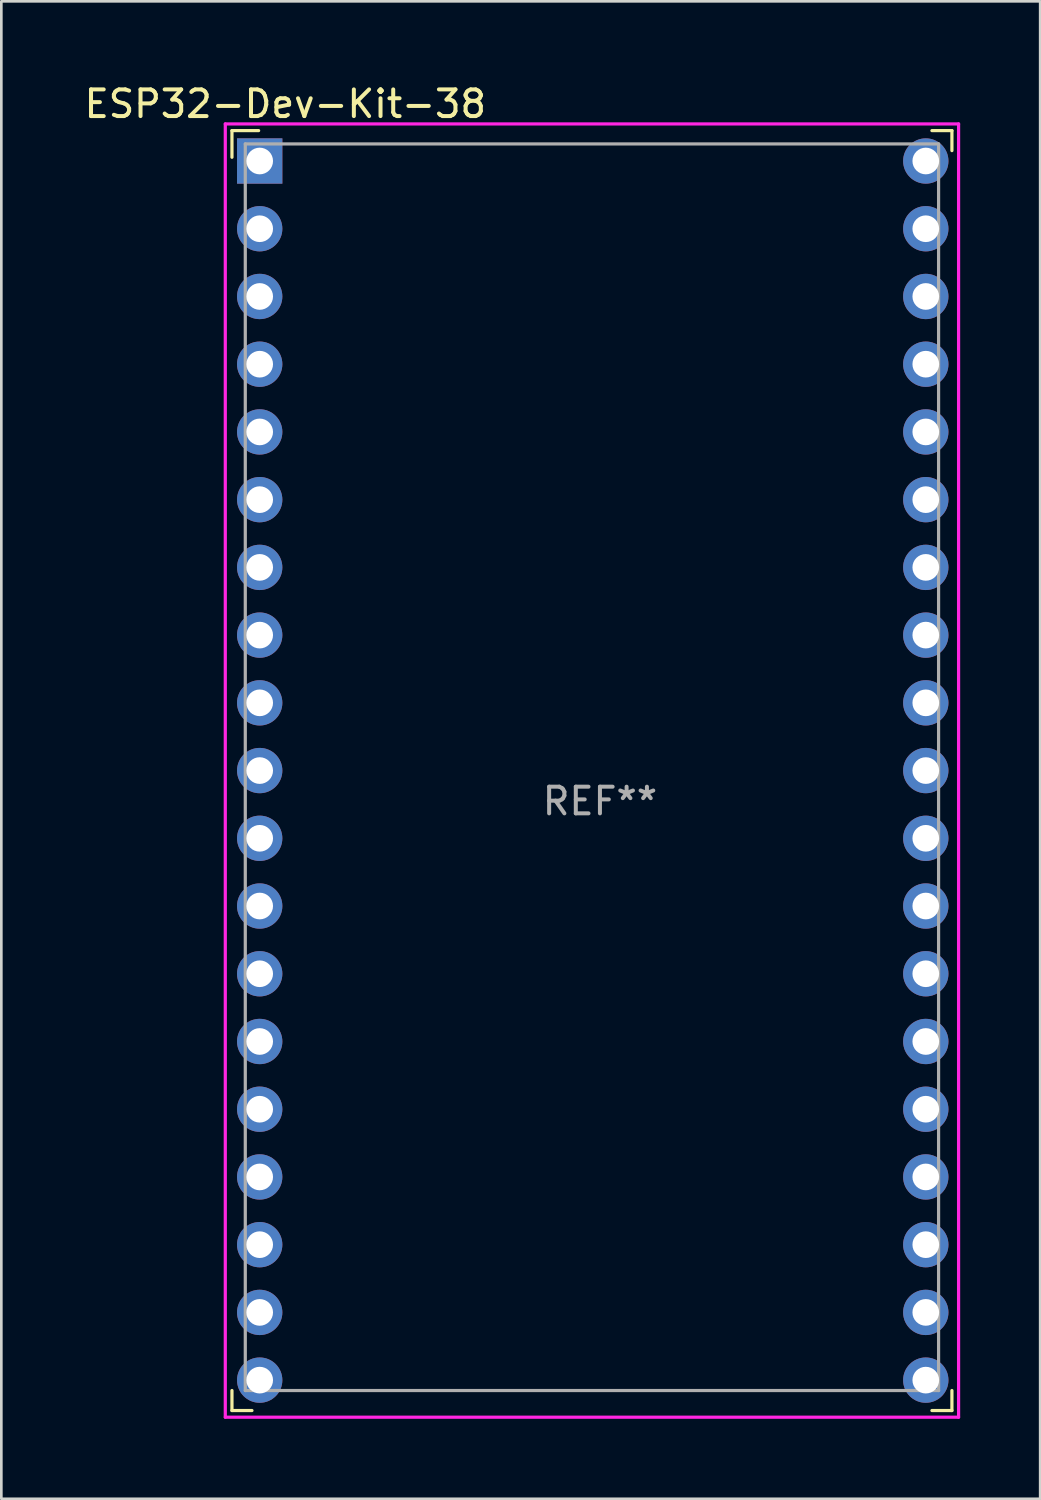
<source format=kicad_pcb>
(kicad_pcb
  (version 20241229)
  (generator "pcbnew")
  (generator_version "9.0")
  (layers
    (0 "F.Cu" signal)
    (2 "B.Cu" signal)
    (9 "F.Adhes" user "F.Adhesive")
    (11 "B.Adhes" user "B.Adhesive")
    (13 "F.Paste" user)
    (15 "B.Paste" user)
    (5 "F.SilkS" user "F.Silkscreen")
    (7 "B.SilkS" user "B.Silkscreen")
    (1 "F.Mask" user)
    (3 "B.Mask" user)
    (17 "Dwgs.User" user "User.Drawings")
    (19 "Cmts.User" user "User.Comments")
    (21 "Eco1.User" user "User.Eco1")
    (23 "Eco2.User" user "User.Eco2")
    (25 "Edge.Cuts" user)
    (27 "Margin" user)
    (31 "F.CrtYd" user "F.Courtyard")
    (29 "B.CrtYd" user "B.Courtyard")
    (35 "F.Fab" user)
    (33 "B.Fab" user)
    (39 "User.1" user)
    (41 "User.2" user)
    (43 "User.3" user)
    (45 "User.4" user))
  (footprint "ESP32-Dev-Kit-38"
    (layer "F.Cu")
    (at 19.149 25.848)
    (property "Reference" "ESP32-Dev-Kit-38" (at -11.5 -25 0) (layer "F.SilkS") (effects (font (size 1 1) (thickness 0.15))))
    (attr through_hole)
    (fp_line (start -13.5 -24) (end -12.5 -24) (stroke (width 0.12) (type solid)) (layer "F.SilkS"))
    (fp_line (start -13.5 -23) (end -13.5 -24) (stroke (width 0.12) (type solid)) (layer "F.SilkS"))
    (fp_line (start -13.5 23.25) (end -13.5 24) (stroke (width 0.12) (type solid)) (layer "F.SilkS"))
    (fp_line (start -13.5 24) (end -12.75 24) (stroke (width 0.12) (type solid)) (layer "F.SilkS"))
    (fp_line (start 12.75 -24) (end 13.5 -24) (stroke (width 0.12) (type solid)) (layer "F.SilkS"))
    (fp_line (start 12.75 24) (end 13.5 24) (stroke (width 0.12) (type solid)) (layer "F.SilkS"))
    (fp_line (start 13.5 -24) (end 13.5 -23.25) (stroke (width 0.12) (type solid)) (layer "F.SilkS"))
    (fp_line (start 13.5 24) (end 13.5 23.25) (stroke (width 0.12) (type solid)) (layer "F.SilkS"))
    (fp_line (start -13.75 -24.25) (end -13.75 24.25) (stroke (width 0.12) (type solid)) (layer "F.CrtYd"))
    (fp_line (start 13.75 -24.25) (end -13.75 -24.25) (stroke (width 0.12) (type solid)) (layer "F.CrtYd"))
    (fp_line (start 13.75 24.25) (end -13.75 24.25) (stroke (width 0.12) (type solid)) (layer "F.CrtYd"))
    (fp_line (start 13.75 24.25) (end 13.75 -24.25) (stroke (width 0.12) (type solid)) (layer "F.CrtYd"))
    (fp_line (start -13 -23.5) (end -13 23.25) (stroke (width 0.12) (type solid)) (layer "F.Fab"))
    (fp_line (start -13 23.25) (end 13 23.25) (stroke (width 0.12) (type solid)) (layer "F.Fab"))
    (fp_line (start 13 -23.5) (end -13 -23.5) (stroke (width 0.12) (type solid)) (layer "F.Fab"))
    (fp_line (start 13 23.25) (end 13 -23.5) (stroke (width 0.12) (type solid)) (layer "F.Fab"))
    (fp_text user "REF**" (at 0.3 1.15 0) (layer "F.Fab") (effects (font (size 1 1) (thickness 0.15))))
    (pad "1" thru_hole rect (at -12.46 -22.86) (size 1.7 1.7) (drill 1) (layers "*.Cu" "*.Mask"))
    (pad "2" thru_hole oval (at -12.46 -20.32) (size 1.7 1.7) (drill 1) (layers "*.Cu" "*.Mask"))
    (pad "3" thru_hole oval (at -12.46 -17.78) (size 1.7 1.7) (drill 1) (layers "*.Cu" "*.Mask"))
    (pad "4" thru_hole oval (at -12.46 -15.24) (size 1.7 1.7) (drill 1) (layers "*.Cu" "*.Mask"))
    (pad "5" thru_hole oval (at -12.46 -12.7) (size 1.7 1.7) (drill 1) (layers "*.Cu" "*.Mask"))
    (pad "6" thru_hole oval (at -12.46 -10.16) (size 1.7 1.7) (drill 1) (layers "*.Cu" "*.Mask"))
    (pad "7" thru_hole oval (at -12.46 -7.62) (size 1.7 1.7) (drill 1) (layers "*.Cu" "*.Mask"))
    (pad "8" thru_hole oval (at -12.46 -5.08) (size 1.7 1.7) (drill 1) (layers "*.Cu" "*.Mask"))
    (pad "9" thru_hole oval (at -12.46 -2.54) (size 1.7 1.7) (drill 1) (layers "*.Cu" "*.Mask"))
    (pad "10" thru_hole oval (at -12.46 0) (size 1.7 1.7) (drill 1) (layers "*.Cu" "*.Mask"))
    (pad "11" thru_hole oval (at -12.46 2.54) (size 1.7 1.7) (drill 1) (layers "*.Cu" "*.Mask"))
    (pad "12" thru_hole oval (at -12.46 5.08) (size 1.7 1.7) (drill 1) (layers "*.Cu" "*.Mask"))
    (pad "13" thru_hole oval (at -12.46 7.62) (size 1.7 1.7) (drill 1) (layers "*.Cu" "*.Mask"))
    (pad "14" thru_hole oval (at -12.46 10.16) (size 1.7 1.7) (drill 1) (layers "*.Cu" "*.Mask"))
    (pad "15" thru_hole oval (at -12.46 12.7) (size 1.7 1.7) (drill 1) (layers "*.Cu" "*.Mask"))
    (pad "16" thru_hole oval (at -12.46 15.24) (size 1.7 1.7) (drill 1) (layers "*.Cu" "*.Mask"))
    (pad "17" thru_hole oval (at -12.46 17.78) (size 1.7 1.7) (drill 1) (layers "*.Cu" "*.Mask"))
    (pad "18" thru_hole oval (at -12.46 20.32) (size 1.7 1.7) (drill 1) (layers "*.Cu" "*.Mask"))
    (pad "19" thru_hole oval (at -12.46 22.86) (size 1.7 1.7) (drill 1) (layers "*.Cu" "*.Mask"))
    (pad "20" thru_hole circle (at 12.52 -22.86) (size 1.7 1.7) (drill 1) (layers "*.Cu" "*.Mask"))
    (pad "21" thru_hole oval (at 12.52 -20.32) (size 1.7 1.7) (drill 1) (layers "*.Cu" "*.Mask"))
    (pad "22" thru_hole oval (at 12.52 -17.78) (size 1.7 1.7) (drill 1) (layers "*.Cu" "*.Mask"))
    (pad "23" thru_hole oval (at 12.52 -15.24) (size 1.7 1.7) (drill 1) (layers "*.Cu" "*.Mask"))
    (pad "24" thru_hole oval (at 12.52 -12.7) (size 1.7 1.7) (drill 1) (layers "*.Cu" "*.Mask"))
    (pad "25" thru_hole oval (at 12.52 -10.16) (size 1.7 1.7) (drill 1) (layers "*.Cu" "*.Mask"))
    (pad "26" thru_hole oval (at 12.52 -7.62) (size 1.7 1.7) (drill 1) (layers "*.Cu" "*.Mask"))
    (pad "27" thru_hole oval (at 12.52 -5.08) (size 1.7 1.7) (drill 1) (layers "*.Cu" "*.Mask"))
    (pad "28" thru_hole oval (at 12.52 -2.54) (size 1.7 1.7) (drill 1) (layers "*.Cu" "*.Mask"))
    (pad "29" thru_hole oval (at 12.52 0) (size 1.7 1.7) (drill 1) (layers "*.Cu" "*.Mask"))
    (pad "30" thru_hole oval (at 12.52 2.54) (size 1.7 1.7) (drill 1) (layers "*.Cu" "*.Mask"))
    (pad "31" thru_hole oval (at 12.52 5.08) (size 1.7 1.7) (drill 1) (layers "*.Cu" "*.Mask"))
    (pad "32" thru_hole oval (at 12.52 7.62) (size 1.7 1.7) (drill 1) (layers "*.Cu" "*.Mask"))
    (pad "33" thru_hole oval (at 12.52 10.16) (size 1.7 1.7) (drill 1) (layers "*.Cu" "*.Mask"))
    (pad "34" thru_hole oval (at 12.52 12.7) (size 1.7 1.7) (drill 1) (layers "*.Cu" "*.Mask"))
    (pad "35" thru_hole oval (at 12.52 15.24) (size 1.7 1.7) (drill 1) (layers "*.Cu" "*.Mask"))
    (pad "36" thru_hole oval (at 12.52 17.78) (size 1.7 1.7) (drill 1) (layers "*.Cu" "*.Mask"))
    (pad "37" thru_hole oval (at 12.52 20.32) (size 1.7 1.7) (drill 1) (layers "*.Cu" "*.Mask"))
    (pad "38" thru_hole oval (at 12.52 22.86) (size 1.7 1.7) (drill 1) (layers "*.Cu" "*.Mask")))
  (gr_rect
    (start -3 -3)
    (end 35.959 53.158)
    (stroke (width 0.1) (type default))
    (fill no)
    (layer "Edge.Cuts")))
</source>
